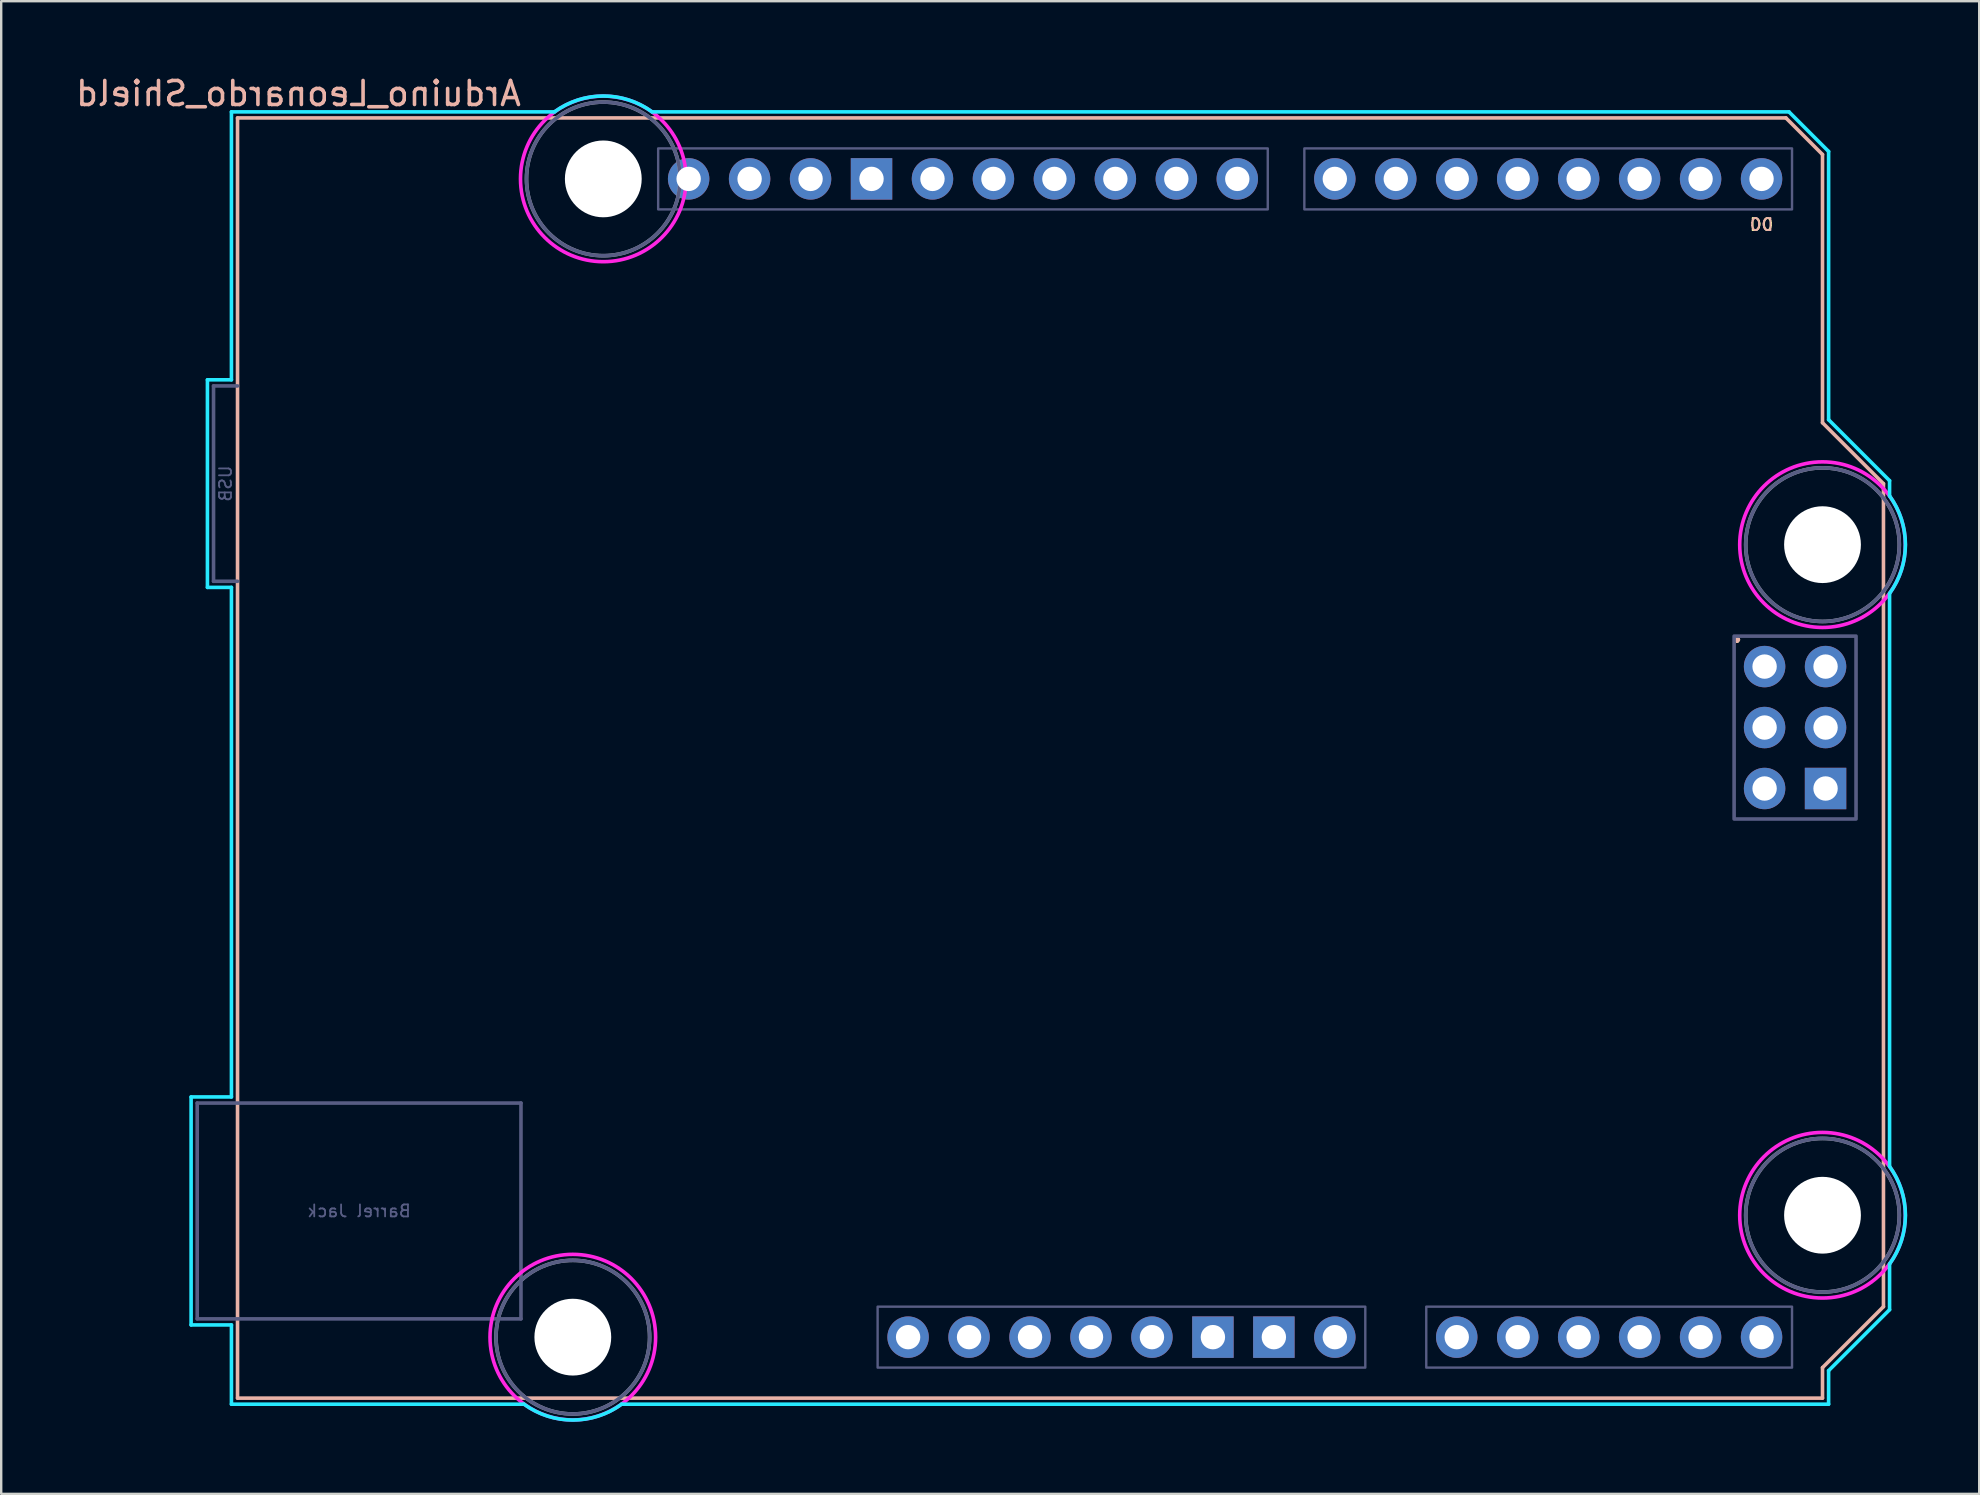
<source format=kicad_pcb>
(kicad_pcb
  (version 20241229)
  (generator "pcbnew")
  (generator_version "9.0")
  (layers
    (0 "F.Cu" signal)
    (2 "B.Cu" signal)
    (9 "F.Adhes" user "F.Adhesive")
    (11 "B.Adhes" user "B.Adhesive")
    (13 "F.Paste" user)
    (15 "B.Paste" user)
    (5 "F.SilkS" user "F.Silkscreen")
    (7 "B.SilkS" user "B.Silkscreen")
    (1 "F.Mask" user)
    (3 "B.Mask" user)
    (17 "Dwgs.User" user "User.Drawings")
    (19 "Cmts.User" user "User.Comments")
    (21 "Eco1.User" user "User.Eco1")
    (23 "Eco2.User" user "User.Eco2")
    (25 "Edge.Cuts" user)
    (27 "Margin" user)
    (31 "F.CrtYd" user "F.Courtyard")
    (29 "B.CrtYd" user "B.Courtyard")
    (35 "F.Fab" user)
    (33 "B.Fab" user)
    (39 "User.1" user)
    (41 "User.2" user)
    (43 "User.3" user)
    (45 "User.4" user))
  (footprint "Arduino_Leonardo_Shield"
    (layer "F.Cu")
    (at 6.847 55.204)
    (property "Reference" "Arduino_Leonardo_Shield" (at 2.54 -54.356 0) (layer "B.SilkS") (effects (font (size 1 1) (thickness 0.15)) (justify mirror)))
    (attr through_hole)
    (fp_line (start 0 -53.34) (end 0 0) (stroke (width 0.15) (type solid)) (layer "B.SilkS"))
    (fp_line (start 0 -53.34) (end 64.516 -53.34) (stroke (width 0.15) (type solid)) (layer "B.SilkS"))
    (fp_line (start 0 0) (end 66.04 0) (stroke (width 0.15) (type solid)) (layer "B.SilkS"))
    (fp_line (start 64.516 -53.34) (end 66.04 -51.816) (stroke (width 0.15) (type solid)) (layer "B.SilkS"))
    (fp_line (start 66.04 -40.64) (end 66.04 -51.816) (stroke (width 0.15) (type solid)) (layer "B.SilkS"))
    (fp_line (start 66.04 -1.27) (end 68.58 -3.81) (stroke (width 0.15) (type solid)) (layer "B.SilkS"))
    (fp_line (start 66.04 0) (end 66.04 -1.27) (stroke (width 0.15) (type solid)) (layer "B.SilkS"))
    (fp_line (start 68.58 -38.1) (end 66.04 -40.64) (stroke (width 0.15) (type solid)) (layer "B.SilkS"))
    (fp_line (start 68.58 -3.81) (end 68.58 -38.1) (stroke (width 0.15) (type solid)) (layer "B.SilkS"))
    (fp_line (start -1.934 -12.548) (end -1.934 -3.049) (stroke (width 0.15) (type solid)) (layer "B.CrtYd"))
    (fp_line (start -1.934 -12.548) (end -0.254 -12.548) (stroke (width 0.15) (type solid)) (layer "B.CrtYd"))
    (fp_line (start -1.934 -3.049) (end -0.254 -3.049) (stroke (width 0.15) (type solid)) (layer "B.CrtYd"))
    (fp_line (start -1.254 -42.428) (end -0.254 -42.428) (stroke (width 0.15) (type solid)) (layer "B.CrtYd"))
    (fp_line (start -1.254 -33.78) (end -1.254 -42.428) (stroke (width 0.15) (type solid)) (layer "B.CrtYd"))
    (fp_line (start -1.254 -33.78) (end -0.254 -33.78) (stroke (width 0.15) (type solid)) (layer "B.CrtYd"))
    (fp_line (start -0.254 -53.594) (end -0.254 -42.428) (stroke (width 0.15) (type solid)) (layer "B.CrtYd"))
    (fp_line (start -0.254 -33.78) (end -0.254 -12.548) (stroke (width 0.15) (type solid)) (layer "B.CrtYd"))
    (fp_line (start -0.254 -3.049) (end -0.254 0.254) (stroke (width 0.15) (type solid)) (layer "B.CrtYd"))
    (fp_line (start 11.938 0.254) (end -0.254 0.254) (stroke (width 0.15) (type solid)) (layer "B.CrtYd"))
    (fp_line (start 13.208 -53.594) (end -0.254 -53.594) (stroke (width 0.15) (type solid)) (layer "B.CrtYd"))
    (fp_line (start 16.002 0.254) (end 66.294 0.254) (stroke (width 0.15) (type solid)) (layer "B.CrtYd"))
    (fp_line (start 17.272 -53.594) (end 64.643 -53.594) (stroke (width 0.15) (type solid)) (layer "B.CrtYd"))
    (fp_line (start 64.643 -53.594) (end 66.294 -51.943) (stroke (width 0.15) (type solid)) (layer "B.CrtYd"))
    (fp_line (start 66.294 -40.767) (end 66.294 -51.943) (stroke (width 0.15) (type solid)) (layer "B.CrtYd"))
    (fp_line (start 66.294 -1.143) (end 68.834 -3.683) (stroke (width 0.15) (type solid)) (layer "B.CrtYd"))
    (fp_line (start 66.294 0.254) (end 66.294 -1.143) (stroke (width 0.15) (type solid)) (layer "B.CrtYd"))
    (fp_line (start 68.834 -38.227) (end 66.294 -40.767) (stroke (width 0.15) (type solid)) (layer "B.CrtYd"))
    (fp_line (start 68.834 -38.227) (end 68.834 -37.592) (stroke (width 0.15) (type solid)) (layer "B.CrtYd"))
    (fp_line (start 68.834 -9.652) (end 68.834 -33.528) (stroke (width 0.15) (type solid)) (layer "B.CrtYd"))
    (fp_line (start 68.834 -5.588) (end 68.834 -3.683) (stroke (width 0.15) (type solid)) (layer "B.CrtYd"))
    (fp_arc (start 13.208 -53.594) (mid 15.24 -54.254237) (end 17.272 -53.594) (stroke (width 0.15) (type solid)) (layer "B.CrtYd"))
    (fp_arc (start 16.002 0.254) (mid 13.97 0.914237) (end 11.938 0.254) (stroke (width 0.15) (type solid)) (layer "B.CrtYd"))
    (fp_arc (start 68.834 -37.592) (mid 69.494238 -35.56) (end 68.834 -33.528) (stroke (width 0.15) (type solid)) (layer "B.CrtYd"))
    (fp_arc (start 68.834 -9.652) (mid 69.494238 -7.62) (end 68.834 -5.588) (stroke (width 0.15) (type solid)) (layer "B.CrtYd"))
    (fp_circle (center 13.97 -2.54) (end 17.42 -2.54) (stroke (width 0.15) (type solid)) (fill no) (layer "F.CrtYd"))
    (fp_circle (center 15.24 -50.8) (end 18.69 -50.8) (stroke (width 0.15) (type solid)) (fill no) (layer "F.CrtYd"))
    (fp_circle (center 66.04 -35.56) (end 69.49 -35.56) (stroke (width 0.15) (type solid)) (fill no) (layer "F.CrtYd"))
    (fp_circle (center 66.04 -7.62) (end 69.49 -7.62) (stroke (width 0.15) (type solid)) (fill no) (layer "F.CrtYd"))
    (fp_line (start -1.68 -12.294) (end -1.68 -3.303) (stroke (width 0.15) (type solid)) (layer "B.Fab"))
    (fp_line (start -1.68 -12.294) (end 11.81 -12.294) (stroke (width 0.15) (type solid)) (layer "B.Fab"))
    (fp_line (start -1.68 -3.303) (end 11.81 -3.303) (stroke (width 0.15) (type solid)) (layer "B.Fab"))
    (fp_line (start -1 -42.174) (end 0 -42.174) (stroke (width 0.15) (type solid)) (layer "B.Fab"))
    (fp_line (start -1 -34.034) (end -1 -42.174) (stroke (width 0.15) (type solid)) (layer "B.Fab"))
    (fp_line (start 0 -34.034) (end -1 -34.034) (stroke (width 0.15) (type solid)) (layer "B.Fab"))
    (fp_line (start 11.81 -12.294) (end 11.81 -3.303) (stroke (width 0.15) (type solid)) (layer "B.Fab"))
    (fp_rect (start 17.526 -52.07) (end 42.926 -49.53) (stroke (width 0.1) (type solid)) (fill no) (layer "B.Fab"))
    (fp_rect (start 26.67 -3.81) (end 46.99 -1.27) (stroke (width 0.1) (type solid)) (fill no) (layer "B.Fab"))
    (fp_rect (start 44.45 -52.07) (end 64.77 -49.53) (stroke (width 0.1) (type solid)) (fill no) (layer "B.Fab"))
    (fp_rect (start 49.53 -3.81) (end 64.77 -1.27) (stroke (width 0.1) (type solid)) (fill no) (layer "B.Fab"))
    (fp_rect (start 62.357 -31.75) (end 67.437 -24.13) (stroke (width 0.15) (type solid)) (fill no) (layer "B.Fab"))
    (fp_circle (center 13.97 -2.54) (end 17.17 -2.54) (stroke (width 0.15) (type solid)) (fill no) (layer "B.Fab"))
    (fp_circle (center 15.24 -50.8) (end 18.44 -50.8) (stroke (width 0.15) (type solid)) (fill no) (layer "B.Fab"))
    (fp_circle (center 66.04 -35.56) (end 69.24 -35.56) (stroke (width 0.15) (type solid)) (fill no) (layer "B.Fab"))
    (fp_circle (center 66.04 -7.62) (end 69.24 -7.62) (stroke (width 0.15) (type solid)) (fill no) (layer "B.Fab"))
    (fp_circle (center 13.97 -2.54) (end 17.17 -2.54) (stroke (width 0.15) (type solid)) (fill no) (layer "F.Fab"))
    (fp_circle (center 15.24 -50.8) (end 18.44 -50.8) (stroke (width 0.15) (type solid)) (fill no) (layer "F.Fab"))
    (fp_circle (center 66.04 -35.56) (end 69.24 -35.56) (stroke (width 0.15) (type solid)) (fill no) (layer "F.Fab"))
    (fp_circle (center 66.04 -7.62) (end 69.24 -7.62) (stroke (width 0.15) (type solid)) (fill no) (layer "F.Fab"))
    (fp_text user "." (at 62.484 -32.004 0) (layer "F.SilkS") (effects (font (size 1 1) (thickness 0.15))))
    (fp_text user "D0" (at 63.5 -48.895 0) (unlocked yes) (layer "F.SilkS") (effects (font (size 0.5 0.5) (thickness 0.075))))
    (fp_text user "D0" (at 63.5 -48.895 0) (unlocked yes) (layer "B.SilkS") (effects (font (size 0.5 0.5) (thickness 0.075)) (justify mirror)))
    (fp_text user "." (at 62.484 -32.004 0) (layer "B.SilkS") (effects (font (size 1 1) (thickness 0.15))))
    (fp_text user "USB" (at -0.5 -38.104 270) (layer "B.Fab") (effects (font (size 0.5 0.5) (thickness 0.075)) (justify mirror)))
    (fp_text user "Barrel Jack" (at 5.065 -7.798 0) (layer "B.Fab") (effects (font (size 0.5 0.5) (thickness 0.075)) (justify mirror)))
    (pad "" np_thru_hole circle (at 13.97 -2.54) (size 3.2 3.2) (drill 3.2) (layers "*.Cu" "*.Mask"))
    (pad "" np_thru_hole circle (at 15.24 -50.8) (size 3.2 3.2) (drill 3.2) (layers "*.Cu" "*.Mask"))
    (pad "" thru_hole oval (at 27.94 -2.54) (size 1.727 1.727) (drill 1.016) (layers "*.Cu" "*.Mask"))
    (pad "" np_thru_hole circle (at 66.04 -35.56) (size 3.2 3.2) (drill 3.2) (layers "*.Cu" "*.Mask"))
    (pad "" np_thru_hole circle (at 66.04 -7.62) (size 3.2 3.2) (drill 3.2) (layers "*.Cu" "*.Mask"))
    (pad "3V3" thru_hole oval (at 35.56 -2.54) (size 1.727 1.727) (drill 1.016) (layers "*.Cu" "*.Mask"))
    (pad "5V1" thru_hole oval (at 38.1 -2.54) (size 1.727 1.727) (drill 1.016) (layers "*.Cu" "*.Mask"))
    (pad "5V2" thru_hole oval (at 66.167 -30.48) (size 1.727 1.727) (drill 1.016) (layers "*.Cu" "*.Mask"))
    (pad "A0" thru_hole oval (at 50.8 -2.54) (size 1.727 1.727) (drill 1.016) (layers "*.Cu" "*.Mask"))
    (pad "A1" thru_hole oval (at 53.34 -2.54) (size 1.727 1.727) (drill 1.016) (layers "*.Cu" "*.Mask"))
    (pad "A2" thru_hole oval (at 55.88 -2.54) (size 1.727 1.727) (drill 1.016) (layers "*.Cu" "*.Mask"))
    (pad "A3" thru_hole oval (at 58.42 -2.54) (size 1.727 1.727) (drill 1.016) (layers "*.Cu" "*.Mask"))
    (pad "A4" thru_hole oval (at 60.96 -2.54) (size 1.727 1.727) (drill 1.016) (layers "*.Cu" "*.Mask"))
    (pad "A5" thru_hole oval (at 63.5 -2.54) (size 1.727 1.727) (drill 1.016) (layers "*.Cu" "*.Mask"))
    (pad "AREF" thru_hole oval (at 23.876 -50.8) (size 1.727 1.727) (drill 1.016) (layers "*.Cu" "*.Mask"))
    (pad "D0" thru_hole oval (at 63.5 -50.8) (size 1.727 1.727) (drill 1.016) (layers "*.Cu" "*.Mask"))
    (pad "D1" thru_hole oval (at 60.96 -50.8) (size 1.727 1.727) (drill 1.016) (layers "*.Cu" "*.Mask"))
    (pad "D2" thru_hole oval (at 58.42 -50.8) (size 1.727 1.727) (drill 1.016) (layers "*.Cu" "*.Mask"))
    (pad "D3" thru_hole oval (at 55.88 -50.8) (size 1.727 1.727) (drill 1.016) (layers "*.Cu" "*.Mask"))
    (pad "D4" thru_hole oval (at 53.34 -50.8) (size 1.727 1.727) (drill 1.016) (layers "*.Cu" "*.Mask"))
    (pad "D5" thru_hole oval (at 50.8 -50.8) (size 1.727 1.727) (drill 1.016) (layers "*.Cu" "*.Mask"))
    (pad "D6" thru_hole oval (at 48.26 -50.8) (size 1.727 1.727) (drill 1.016) (layers "*.Cu" "*.Mask"))
    (pad "D7" thru_hole oval (at 45.72 -50.8) (size 1.727 1.727) (drill 1.016) (layers "*.Cu" "*.Mask"))
    (pad "D8" thru_hole oval (at 41.656 -50.8) (size 1.727 1.727) (drill 1.016) (layers "*.Cu" "*.Mask"))
    (pad "D9" thru_hole oval (at 39.116 -50.8) (size 1.727 1.727) (drill 1.016) (layers "*.Cu" "*.Mask"))
    (pad "D10" thru_hole oval (at 36.576 -50.8) (size 1.727 1.727) (drill 1.016) (layers "*.Cu" "*.Mask"))
    (pad "D11" thru_hole oval (at 34.036 -50.8) (size 1.727 1.727) (drill 1.016) (layers "*.Cu" "*.Mask"))
    (pad "D12" thru_hole oval (at 31.496 -50.8) (size 1.727 1.727) (drill 1.016) (layers "*.Cu" "*.Mask"))
    (pad "D13" thru_hole oval (at 28.956 -50.8) (size 1.727 1.727) (drill 1.016) (layers "*.Cu" "*.Mask"))
    (pad "GND1" thru_hole rect (at 26.416 -50.8) (size 1.727 1.727) (drill 1.016) (layers "*.Cu" "*.Mask"))
    (pad "GND2" thru_hole rect (at 40.64 -2.54) (size 1.727 1.727) (drill 1.016) (layers "*.Cu" "*.Mask"))
    (pad "GND3" thru_hole rect (at 43.18 -2.54) (size 1.727 1.727) (drill 1.016) (layers "*.Cu" "*.Mask"))
    (pad "GND4" thru_hole rect (at 66.167 -25.4) (size 1.727 1.727) (drill 1.016) (layers "*.Cu" "*.Mask"))
    (pad "IORF" thru_hole oval (at 30.48 -2.54) (size 1.727 1.727) (drill 1.016) (layers "*.Cu" "*.Mask"))
    (pad "MISO" thru_hole oval (at 63.627 -30.48) (size 1.727 1.727) (drill 1.016) (layers "*.Cu" "*.Mask"))
    (pad "MOSI" thru_hole oval (at 66.167 -27.94) (size 1.727 1.727) (drill 1.016) (layers "*.Cu" "*.Mask"))
    (pad "RST1" thru_hole oval (at 33.02 -2.54) (size 1.727 1.727) (drill 1.016) (layers "*.Cu" "*.Mask"))
    (pad "RST2" thru_hole oval (at 63.627 -25.4) (size 1.727 1.727) (drill 1.016) (layers "*.Cu" "*.Mask"))
    (pad "SCK" thru_hole oval (at 63.627 -27.94) (size 1.727 1.727) (drill 1.016) (layers "*.Cu" "*.Mask"))
    (pad "SCL" thru_hole oval (at 18.796 -50.8) (size 1.727 1.727) (drill 1.016) (layers "*.Cu" "*.Mask"))
    (pad "SDA" thru_hole oval (at 21.336 -50.8) (size 1.727 1.727) (drill 1.016) (layers "*.Cu" "*.Mask"))
    (pad "VIN" thru_hole oval (at 45.72 -2.54) (size 1.727 1.727) (drill 1.016) (layers "*.Cu" "*.Mask")))
  (gr_rect
    (start -3 -3)
    (end 79.416 59.193)
    (stroke (width 0.1) (type default))
    (fill no)
    (layer "Edge.Cuts")))
</source>
